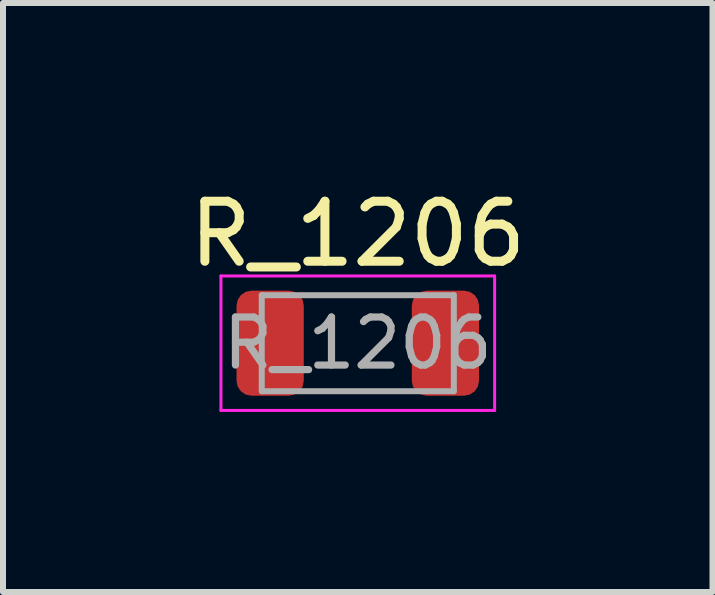
<source format=kicad_pcb>
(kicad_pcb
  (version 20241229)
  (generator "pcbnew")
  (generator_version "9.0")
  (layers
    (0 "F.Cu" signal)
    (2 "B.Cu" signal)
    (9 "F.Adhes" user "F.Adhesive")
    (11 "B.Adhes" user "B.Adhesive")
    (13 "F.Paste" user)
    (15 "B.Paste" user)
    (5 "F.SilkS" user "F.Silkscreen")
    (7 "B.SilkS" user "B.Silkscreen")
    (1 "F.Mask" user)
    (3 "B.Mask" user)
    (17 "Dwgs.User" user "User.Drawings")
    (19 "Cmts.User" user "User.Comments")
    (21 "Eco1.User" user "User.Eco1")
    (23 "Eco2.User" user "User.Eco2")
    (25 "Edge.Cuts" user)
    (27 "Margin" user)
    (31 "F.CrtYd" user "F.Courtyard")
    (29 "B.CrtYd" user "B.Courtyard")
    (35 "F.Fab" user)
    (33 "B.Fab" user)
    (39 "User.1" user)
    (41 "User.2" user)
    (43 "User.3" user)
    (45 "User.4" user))
  (footprint "R_1206"
    (layer "F.Cu")
    (at 2.911 2.668)
    (property "Reference" "R_1206" (at 0 -1.82 0) (layer "F.SilkS") (effects (font (size 1 1) (thickness 0.15))))
    (attr smd)
    (fp_line (start -2.28 -1.12) (end 2.28 -1.12) (stroke (width 0.05) (type solid)) (layer "F.CrtYd"))
    (fp_line (start -2.28 1.12) (end -2.28 -1.12) (stroke (width 0.05) (type solid)) (layer "F.CrtYd"))
    (fp_line (start 2.28 -1.12) (end 2.28 1.12) (stroke (width 0.05) (type solid)) (layer "F.CrtYd"))
    (fp_line (start 2.28 1.12) (end -2.28 1.12) (stroke (width 0.05) (type solid)) (layer "F.CrtYd"))
    (fp_line (start -1.6 -0.8) (end 1.6 -0.8) (stroke (width 0.1) (type solid)) (layer "F.Fab"))
    (fp_line (start -1.6 0.8) (end -1.6 -0.8) (stroke (width 0.1) (type solid)) (layer "F.Fab"))
    (fp_line (start 1.6 -0.8) (end 1.6 0.8) (stroke (width 0.1) (type solid)) (layer "F.Fab"))
    (fp_line (start 1.6 0.8) (end -1.6 0.8) (stroke (width 0.1) (type solid)) (layer "F.Fab"))
    (fp_text user "${REFERENCE}" (at 0 0 0) (layer "F.Fab") (effects (font (size 0.8 0.8) (thickness 0.12))))
    (pad "1" smd roundrect (at -1.46 0) (size 1.12 1.75) (layers "F.Cu" "F.Mask" "F.Paste") (roundrect_rratio 0.222))
    (pad "2" smd roundrect (at 1.46 0) (size 1.12 1.75) (layers "F.Cu" "F.Mask" "F.Paste") (roundrect_rratio 0.222)))
  (gr_rect
    (start -3 -3)
    (end 8.821 6.813)
    (stroke (width 0.1) (type default))
    (fill no)
    (layer "Edge.Cuts")))
</source>
